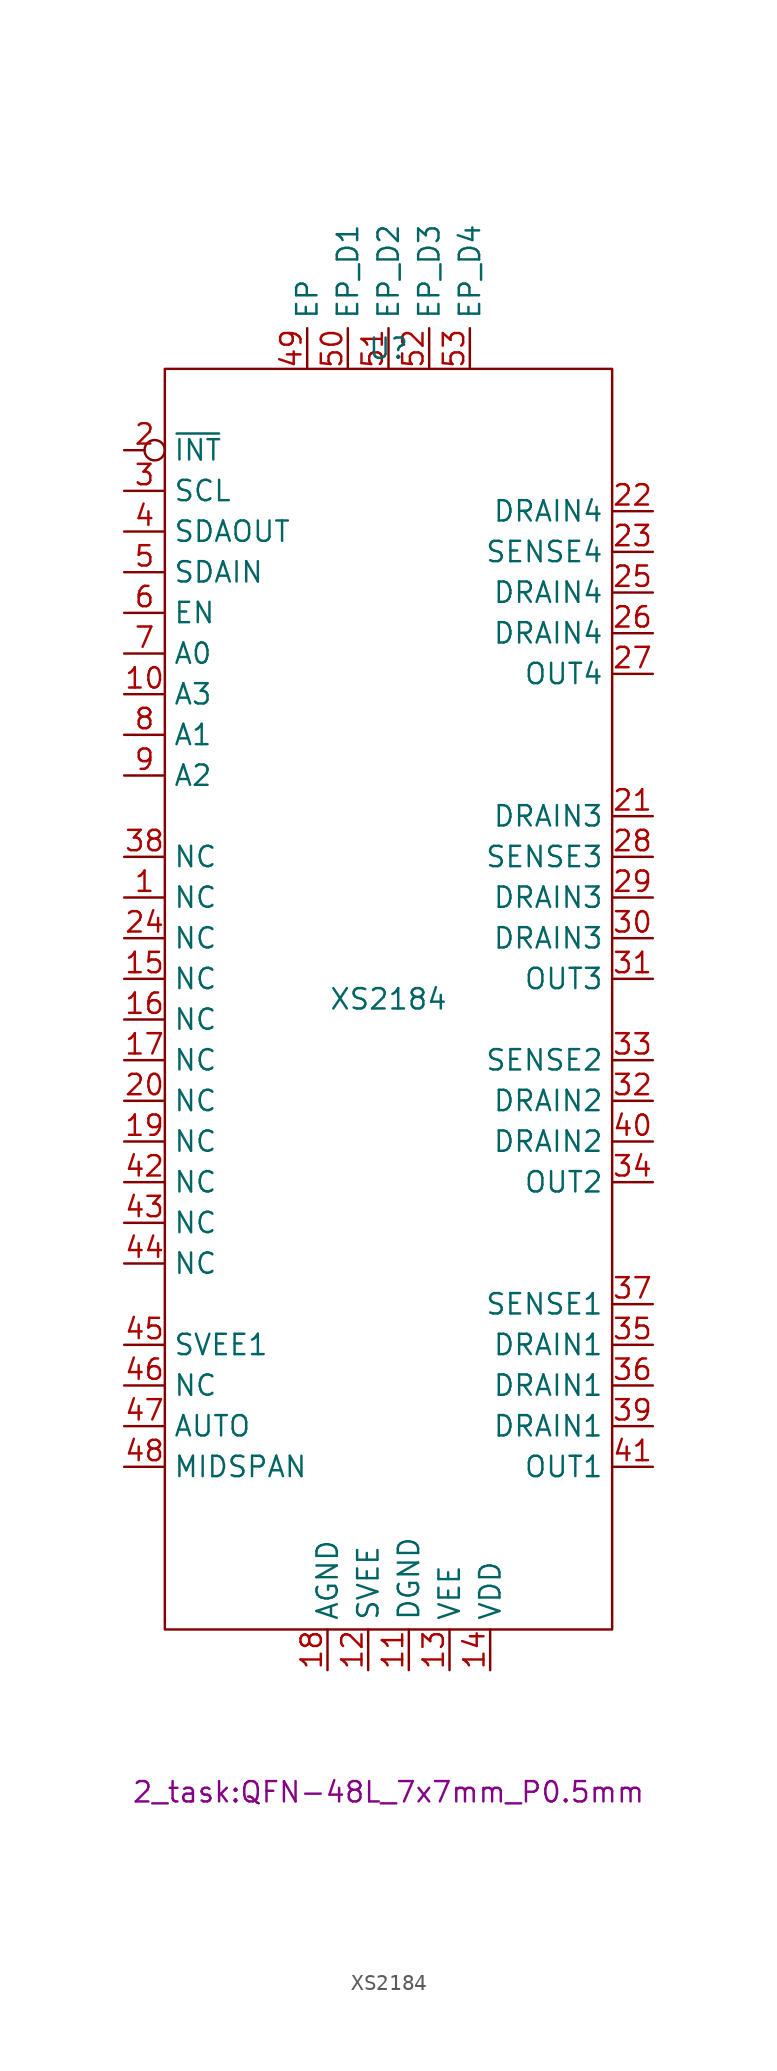
<source format=kicad_sym>
(kicad_symbol_lib
  (version 20211014)
  (generator kicad_symbol_editor)
  (symbol "XS2184"
    (property "Reference" "U"
      (at 0 40.64 0)
      (effects (font (size 1.27 1.27))))
    (property "Value" "XS2184"
      (at 0 0 0)
      (effects (font (size 1.27 1.27))))
    (property "Footprint" "2_task:QFN-48L_7x7mm_P0.5mm"
      (at 0 -49.53 0)
      (effects (font (size 1.27 1.27))))
    (symbol "XS2184_0_1"
      (rectangle (start -13.97 39.37) (end 13.97 -39.37) (stroke (width 0) (type default) (color 0 0 0 0)) (fill (type none))))
    (symbol "XS2184_1_1"
      (pin input line (at -16.51 6.35 0) (length 2.54) (name "NC" (effects (font (size 1.27 1.27)))) (number "1" (effects (font (size 1.27 1.27)))))
      (pin input line (at -16.51 19.05 0) (length 2.54) (name "A3" (effects (font (size 1.27 1.27)))) (number "10" (effects (font (size 1.27 1.27)))))
      (pin power_in line (at 1.27 -41.91 90) (length 2.54) (name "DGND" (effects (font (size 1.27 1.27)))) (number "11" (effects (font (size 1.27 1.27)))))
      (pin power_in line (at -1.27 -41.91 90) (length 2.54) (name "SVEE" (effects (font (size 1.27 1.27)))) (number "12" (effects (font (size 1.27 1.27)))))
      (pin power_in line (at 3.81 -41.91 90) (length 2.54) (name "VEE" (effects (font (size 1.27 1.27)))) (number "13" (effects (font (size 1.27 1.27)))))
      (pin power_in line (at 6.35 -41.91 90) (length 2.54) (name "VDD" (effects (font (size 1.27 1.27)))) (number "14" (effects (font (size 1.27 1.27)))))
      (pin input line (at -16.51 1.27 0) (length 2.54) (name "NC" (effects (font (size 1.27 1.27)))) (number "15" (effects (font (size 1.27 1.27)))))
      (pin input line (at -16.51 -1.27 0) (length 2.54) (name "NC" (effects (font (size 1.27 1.27)))) (number "16" (effects (font (size 1.27 1.27)))))
      (pin input line (at -16.51 -3.81 0) (length 2.54) (name "NC" (effects (font (size 1.27 1.27)))) (number "17" (effects (font (size 1.27 1.27)))))
      (pin power_in line (at -3.81 -41.91 90) (length 2.54) (name "AGND" (effects (font (size 1.27 1.27)))) (number "18" (effects (font (size 1.27 1.27)))))
      (pin input line (at -16.51 -8.89 0) (length 2.54) (name "NC" (effects (font (size 1.27 1.27)))) (number "19" (effects (font (size 1.27 1.27)))))
      (pin input inverted (at -16.51 34.29 0) (length 2.54) (name "~{INT}" (effects (font (size 1.27 1.27)))) (number "2" (effects (font (size 1.27 1.27)))))
      (pin input line (at -16.51 -6.35 0) (length 2.54) (name "NC" (effects (font (size 1.27 1.27)))) (number "20" (effects (font (size 1.27 1.27)))))
      (pin input line (at 16.51 11.43 180) (length 2.54) (name "DRAIN3" (effects (font (size 1.27 1.27)))) (number "21" (effects (font (size 1.27 1.27)))))
      (pin input line (at 16.51 30.48 180) (length 2.54) (name "DRAIN4" (effects (font (size 1.27 1.27)))) (number "22" (effects (font (size 1.27 1.27)))))
      (pin input line (at 16.51 27.94 180) (length 2.54) (name "SENSE4" (effects (font (size 1.27 1.27)))) (number "23" (effects (font (size 1.27 1.27)))))
      (pin input line (at -16.51 3.81 0) (length 2.54) (name "NC" (effects (font (size 1.27 1.27)))) (number "24" (effects (font (size 1.27 1.27)))))
      (pin input line (at 16.51 25.4 180) (length 2.54) (name "DRAIN4" (effects (font (size 1.27 1.27)))) (number "25" (effects (font (size 1.27 1.27)))))
      (pin input line (at 16.51 22.86 180) (length 2.54) (name "DRAIN4" (effects (font (size 1.27 1.27)))) (number "26" (effects (font (size 1.27 1.27)))))
      (pin output line (at 16.51 20.32 180) (length 2.54) (name "OUT4" (effects (font (size 1.27 1.27)))) (number "27" (effects (font (size 1.27 1.27)))))
      (pin input line (at 16.51 8.89 180) (length 2.54) (name "SENSE3" (effects (font (size 1.27 1.27)))) (number "28" (effects (font (size 1.27 1.27)))))
      (pin input line (at 16.51 6.35 180) (length 2.54) (name "DRAIN3" (effects (font (size 1.27 1.27)))) (number "29" (effects (font (size 1.27 1.27)))))
      (pin input line (at -16.51 31.75 0) (length 2.54) (name "SCL" (effects (font (size 1.27 1.27)))) (number "3" (effects (font (size 1.27 1.27)))))
      (pin input line (at 16.51 3.81 180) (length 2.54) (name "DRAIN3" (effects (font (size 1.27 1.27)))) (number "30" (effects (font (size 1.27 1.27)))))
      (pin output line (at 16.51 1.27 180) (length 2.54) (name "OUT3" (effects (font (size 1.27 1.27)))) (number "31" (effects (font (size 1.27 1.27)))))
      (pin input line (at 16.51 -6.35 180) (length 2.54) (name "DRAIN2" (effects (font (size 1.27 1.27)))) (number "32" (effects (font (size 1.27 1.27)))))
      (pin input line (at 16.51 -3.81 180) (length 2.54) (name "SENSE2" (effects (font (size 1.27 1.27)))) (number "33" (effects (font (size 1.27 1.27)))))
      (pin output line (at 16.51 -11.43 180) (length 2.54) (name "OUT2" (effects (font (size 1.27 1.27)))) (number "34" (effects (font (size 1.27 1.27)))))
      (pin input line (at 16.51 -21.59 180) (length 2.54) (name "DRAIN1" (effects (font (size 1.27 1.27)))) (number "35" (effects (font (size 1.27 1.27)))))
      (pin input line (at 16.51 -24.13 180) (length 2.54) (name "DRAIN1" (effects (font (size 1.27 1.27)))) (number "36" (effects (font (size 1.27 1.27)))))
      (pin input line (at 16.51 -19.05 180) (length 2.54) (name "SENSE1" (effects (font (size 1.27 1.27)))) (number "37" (effects (font (size 1.27 1.27)))))
      (pin input line (at -16.51 8.89 0) (length 2.54) (name "NC" (effects (font (size 1.27 1.27)))) (number "38" (effects (font (size 1.27 1.27)))))
      (pin input line (at 16.51 -26.67 180) (length 2.54) (name "DRAIN1" (effects (font (size 1.27 1.27)))) (number "39" (effects (font (size 1.27 1.27)))))
      (pin input line (at -16.51 29.21 0) (length 2.54) (name "SDAOUT" (effects (font (size 1.27 1.27)))) (number "4" (effects (font (size 1.27 1.27)))))
      (pin input line (at 16.51 -8.89 180) (length 2.54) (name "DRAIN2" (effects (font (size 1.27 1.27)))) (number "40" (effects (font (size 1.27 1.27)))))
      (pin output line (at 16.51 -29.21 180) (length 2.54) (name "OUT1" (effects (font (size 1.27 1.27)))) (number "41" (effects (font (size 1.27 1.27)))))
      (pin input line (at -16.51 -11.43 0) (length 2.54) (name "NC" (effects (font (size 1.27 1.27)))) (number "42" (effects (font (size 1.27 1.27)))))
      (pin input line (at -16.51 -13.97 0) (length 2.54) (name "NC" (effects (font (size 1.27 1.27)))) (number "43" (effects (font (size 1.27 1.27)))))
      (pin input line (at -16.51 -16.51 0) (length 2.54) (name "NC" (effects (font (size 1.27 1.27)))) (number "44" (effects (font (size 1.27 1.27)))))
      (pin input line (at -16.51 -21.59 0) (length 2.54) (name "SVEE1" (effects (font (size 1.27 1.27)))) (number "45" (effects (font (size 1.27 1.27)))))
      (pin input line (at -16.51 -24.13 0) (length 2.54) (name "NC" (effects (font (size 1.27 1.27)))) (number "46" (effects (font (size 1.27 1.27)))))
      (pin input line (at -16.51 -26.67 0) (length 2.54) (name "AUTO" (effects (font (size 1.27 1.27)))) (number "47" (effects (font (size 1.27 1.27)))))
      (pin input line (at -16.51 -29.21 0) (length 2.54) (name "MIDSPAN" (effects (font (size 1.27 1.27)))) (number "48" (effects (font (size 1.27 1.27)))))
      (pin output line (at -5.08 39.37 90) (length 2.54) (name "EP" (effects (font (size 1.27 1.27)))) (number "49" (effects (font (size 1.27 1.27)))))
      (pin input line (at -16.51 26.67 0) (length 2.54) (name "SDAIN" (effects (font (size 1.27 1.27)))) (number "5" (effects (font (size 1.27 1.27)))))
      (pin output line (at -2.54 39.37 90) (length 2.54) (name "EP_D1" (effects (font (size 1.27 1.27)))) (number "50" (effects (font (size 1.27 1.27)))))
      (pin output line (at 0 39.37 90) (length 2.54) (name "EP_D2" (effects (font (size 1.27 1.27)))) (number "51" (effects (font (size 1.27 1.27)))))
      (pin output line (at 2.54 39.37 90) (length 2.54) (name "EP_D3" (effects (font (size 1.27 1.27)))) (number "52" (effects (font (size 1.27 1.27)))))
      (pin output line (at 5.08 39.37 90) (length 2.54) (name "EP_D4" (effects (font (size 1.27 1.27)))) (number "53" (effects (font (size 1.27 1.27)))))
      (pin input line (at -16.51 24.13 0) (length 2.54) (name "EN" (effects (font (size 1.27 1.27)))) (number "6" (effects (font (size 1.27 1.27)))))
      (pin input line (at -16.51 21.59 0) (length 2.54) (name "A0" (effects (font (size 1.27 1.27)))) (number "7" (effects (font (size 1.27 1.27)))))
      (pin input line (at -16.51 16.51 0) (length 2.54) (name "A1" (effects (font (size 1.27 1.27)))) (number "8" (effects (font (size 1.27 1.27)))))
      (pin input line (at -16.51 13.97 0) (length 2.54) (name "A2" (effects (font (size 1.27 1.27)))) (number "9" (effects (font (size 1.27 1.27))))))))
</source>
